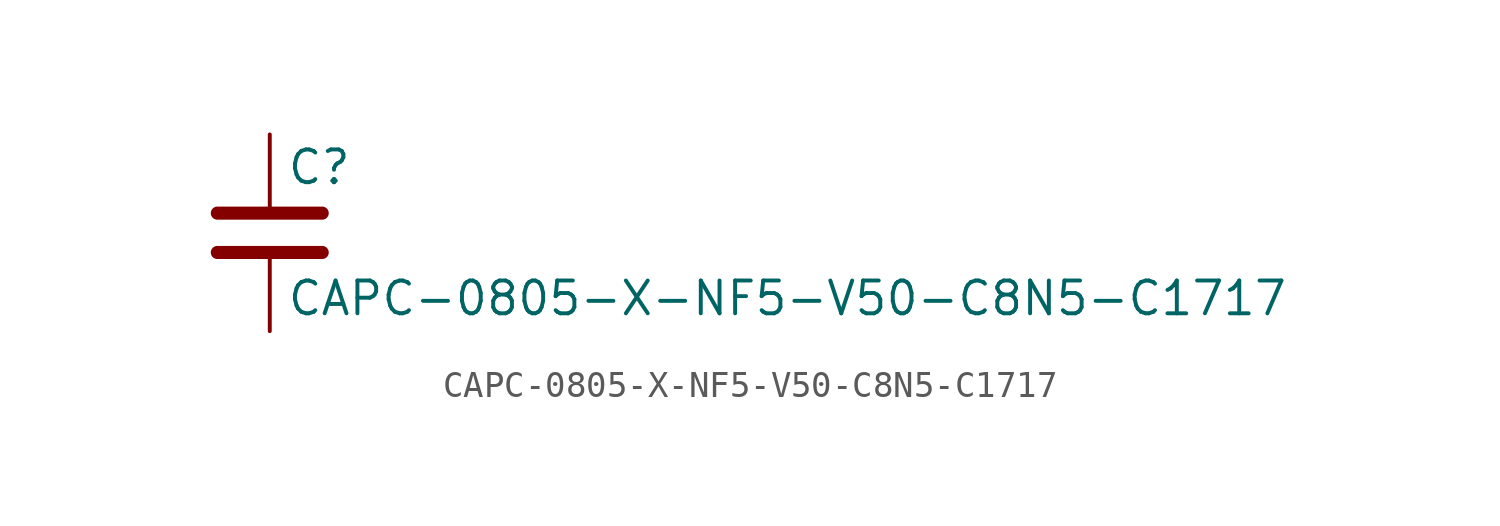
<source format=kicad_sym>
(kicad_symbol_lib
  (version 20211014)
  (generator kicad_symbol_editor)
  (symbol "CAPC-0805-X-NF5-V50-C8N5-C1717"
    (pin_numbers hide)
    (pin_names
      (offset 0.254))
    (property "Reference" "C"
      (at 0.635 2.54 0)
      (effects (font (size 1.27 1.27)) (justify left)))
    (property "Value" "CAPC-0805-X-NF5-V50-C8N5-C1717"
      (at 0.635 -2.54 0)
      (effects (font (size 1.27 1.27)) (justify left)))
    (symbol "CAPC-0805-X-NF5-V50-C8N5-C1717_0_1"
      (polyline (pts (xy -2.032 -0.762) (xy 2.032 -0.762)) (stroke (width 0.508) (type default) (color 0 0 0 0)) (fill (type none)))
      (polyline (pts (xy -2.032 0.762) (xy 2.032 0.762)) (stroke (width 0.508) (type default) (color 0 0 0 0)) (fill (type none))))
    (symbol "CAPC-0805-X-NF5-V50-C8N5-C1717_1_1"
      (pin passive line (at 0 3.81 270) (length 2.794) (name "~" (effects (font (size 1.27 1.27)))) (number "1" (effects (font (size 1.27 1.27)))))
      (pin passive line (at 0 -3.81 90) (length 2.794) (name "~" (effects (font (size 1.27 1.27)))) (number "2" (effects (font (size 1.27 1.27))))))))
</source>
